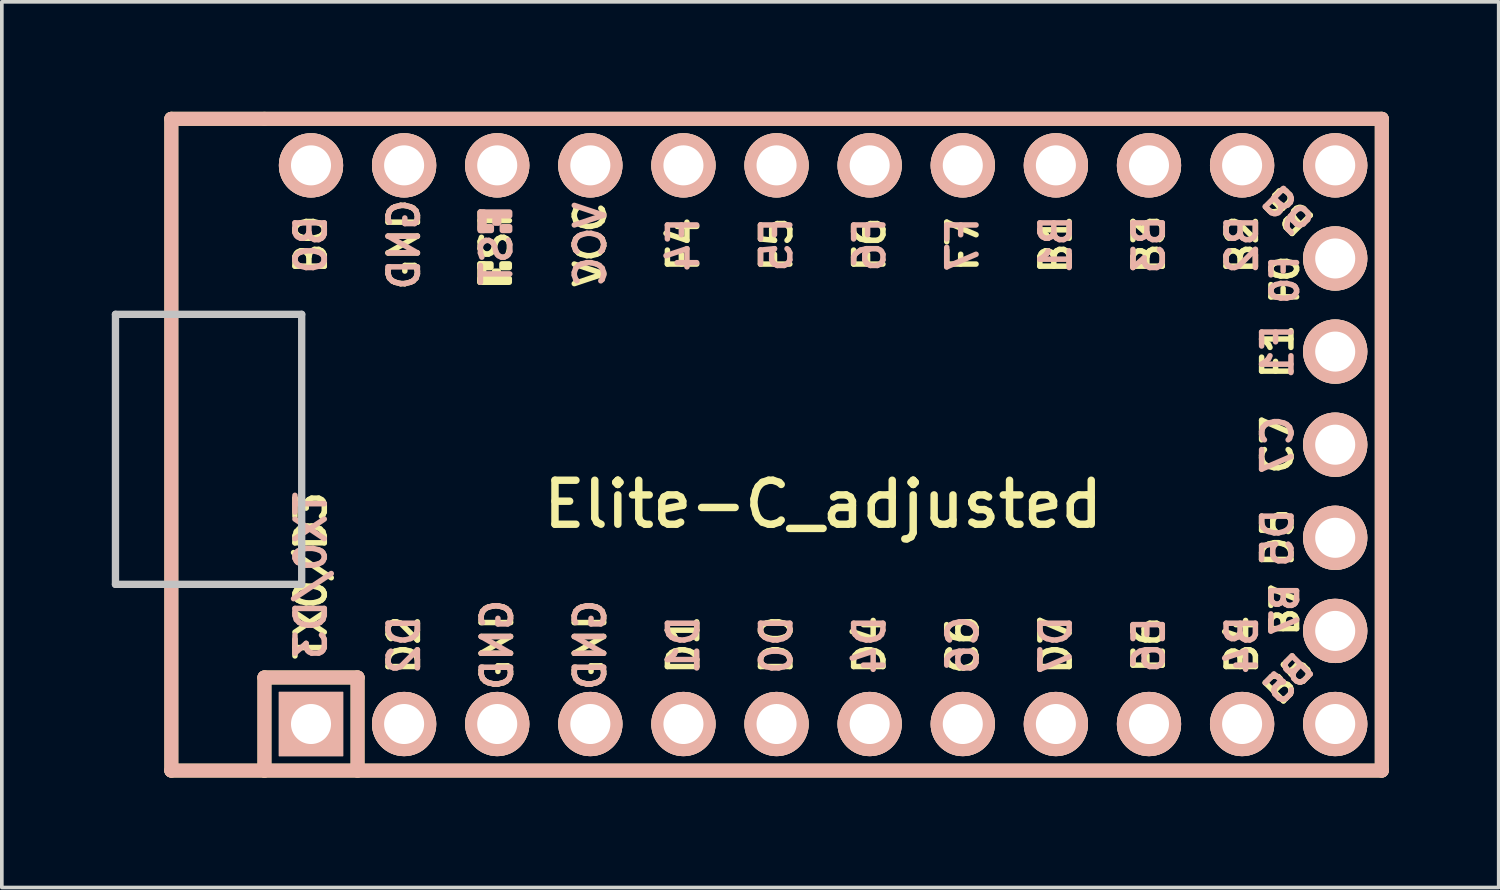
<source format=kicad_pcb>
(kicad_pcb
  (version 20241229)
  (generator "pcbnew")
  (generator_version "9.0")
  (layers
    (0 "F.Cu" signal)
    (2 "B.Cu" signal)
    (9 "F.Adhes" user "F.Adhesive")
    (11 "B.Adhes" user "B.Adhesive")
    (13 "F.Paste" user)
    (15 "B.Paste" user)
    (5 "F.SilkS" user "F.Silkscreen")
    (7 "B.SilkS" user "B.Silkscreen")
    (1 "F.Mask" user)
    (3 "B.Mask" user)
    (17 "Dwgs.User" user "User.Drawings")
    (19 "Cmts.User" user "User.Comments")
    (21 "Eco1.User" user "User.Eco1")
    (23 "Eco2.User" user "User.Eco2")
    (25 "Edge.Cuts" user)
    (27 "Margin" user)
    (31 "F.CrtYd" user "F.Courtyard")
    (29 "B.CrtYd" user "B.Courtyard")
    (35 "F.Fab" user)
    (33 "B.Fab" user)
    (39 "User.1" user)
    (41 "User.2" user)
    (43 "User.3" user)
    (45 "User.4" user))
  (footprint "Elite-C_adjusted"
    (layer "F.Cu")
    (at 19.404 9.081)
    (property "Reference" "Elite-C_adjusted" (at 0 1.625 0) (layer "F.SilkS") (effects (font (size 1.2 1.2) (thickness 0.203))))
    (attr through_hole)
    (fp_line (start -17.78 -8.89) (end -17.78 8.89) (stroke (width 0.381) (type solid)) (layer "F.SilkS"))
    (fp_line (start -17.78 8.89) (end -15.24 8.89) (stroke (width 0.381) (type solid)) (layer "F.SilkS"))
    (fp_line (start -15.24 -8.89) (end -17.78 -8.89) (stroke (width 0.381) (type solid)) (layer "F.SilkS"))
    (fp_line (start -15.24 6.35) (end -15.24 8.89) (stroke (width 0.381) (type solid)) (layer "F.SilkS"))
    (fp_line (start -15.24 6.35) (end -12.7 6.35) (stroke (width 0.381) (type solid)) (layer "F.SilkS"))
    (fp_line (start -15.24 8.89) (end 15.24 8.89) (stroke (width 0.381) (type solid)) (layer "F.SilkS"))
    (fp_line (start -12.7 6.35) (end -12.7 8.89) (stroke (width 0.381) (type solid)) (layer "F.SilkS"))
    (fp_line (start 15.24 -8.89) (end -15.24 -8.89) (stroke (width 0.381) (type solid)) (layer "F.SilkS"))
    (fp_line (start 15.24 8.89) (end 15.24 -8.89) (stroke (width 0.381) (type solid)) (layer "F.SilkS"))
    (fp_poly (pts (xy -9.361 -4.932) (xy -9.261 -4.932) (xy -9.261 -4.432) (xy -9.361 -4.432)) (stroke (width 0.15) (type solid)) (fill yes) (layer "F.SilkS"))
    (fp_poly (pts (xy -9.361 -4.932) (xy -9.061 -4.932) (xy -9.061 -4.832) (xy -9.361 -4.832)) (stroke (width 0.15) (type solid)) (fill yes) (layer "F.SilkS"))
    (fp_poly (pts (xy -9.361 -4.532) (xy -8.561 -4.532) (xy -8.561 -4.432) (xy -9.361 -4.432)) (stroke (width 0.15) (type solid)) (fill yes) (layer "F.SilkS"))
    (fp_poly (pts (xy -8.961 -4.732) (xy -8.861 -4.732) (xy -8.861 -4.632) (xy -8.961 -4.632)) (stroke (width 0.15) (type solid)) (fill yes) (layer "F.SilkS"))
    (fp_poly (pts (xy -8.761 -4.932) (xy -8.561 -4.932) (xy -8.561 -4.832) (xy -8.761 -4.832)) (stroke (width 0.15) (type solid)) (fill yes) (layer "F.SilkS"))
    (fp_line (start -17.78 -8.89) (end -17.78 8.89) (stroke (width 0.381) (type solid)) (layer "B.SilkS"))
    (fp_line (start -17.78 8.89) (end 15.24 8.89) (stroke (width 0.381) (type solid)) (layer "B.SilkS"))
    (fp_line (start -15.24 6.35) (end -15.24 8.89) (stroke (width 0.381) (type solid)) (layer "B.SilkS"))
    (fp_line (start -15.24 6.35) (end -12.7 6.35) (stroke (width 0.381) (type solid)) (layer "B.SilkS"))
    (fp_line (start -12.7 6.35) (end -12.7 8.89) (stroke (width 0.381) (type solid)) (layer "B.SilkS"))
    (fp_line (start 15.24 -8.89) (end -17.78 -8.89) (stroke (width 0.381) (type solid)) (layer "B.SilkS"))
    (fp_line (start 15.24 8.89) (end 15.24 -8.89) (stroke (width 0.381) (type solid)) (layer "B.SilkS"))
    (fp_poly (pts (xy -9.351 -6.245) (xy -8.551 -6.245) (xy -8.551 -6.345) (xy -9.351 -6.345)) (stroke (width 0.15) (type solid)) (fill yes) (layer "B.SilkS"))
    (fp_poly (pts (xy -9.351 -5.845) (xy -9.251 -5.845) (xy -9.251 -6.345) (xy -9.351 -6.345)) (stroke (width 0.15) (type solid)) (fill yes) (layer "B.SilkS"))
    (fp_poly (pts (xy -9.351 -5.845) (xy -9.051 -5.845) (xy -9.051 -5.945) (xy -9.351 -5.945)) (stroke (width 0.15) (type solid)) (fill yes) (layer "B.SilkS"))
    (fp_poly (pts (xy -8.951 -6.045) (xy -8.851 -6.045) (xy -8.851 -6.145) (xy -8.951 -6.145)) (stroke (width 0.15) (type solid)) (fill yes) (layer "B.SilkS"))
    (fp_poly (pts (xy -8.751 -5.845) (xy -8.551 -5.845) (xy -8.551 -5.945) (xy -8.751 -5.945)) (stroke (width 0.15) (type solid)) (fill yes) (layer "B.SilkS"))
    (fp_line (start -19.304 -3.556) (end -14.224 -3.556) (stroke (width 0.2) (type solid)) (layer "Dwgs.User"))
    (fp_line (start -19.304 3.81) (end -19.304 -3.556) (stroke (width 0.2) (type solid)) (layer "Dwgs.User"))
    (fp_line (start -14.224 -3.556) (end -14.224 3.81) (stroke (width 0.2) (type solid)) (layer "Dwgs.User"))
    (fp_line (start -14.224 3.81) (end -19.304 3.81) (stroke (width 0.2) (type solid)) (layer "Dwgs.User"))
    (fp_text user "B5" (at 12.7 6.4 45) (layer "F.SilkS") (effects (font (size 0.7 0.7) (thickness 0.15))))
    (fp_text user "B4" (at 11.43 5.461 90) (layer "F.SilkS") (effects (font (size 0.8 0.8) (thickness 0.15))))
    (fp_text user "ST" (at -8.92 -5.733 90) (layer "F.SilkS") (effects (font (size 0.8 0.8) (thickness 0.15))))
    (fp_text user "GND" (at -6.35 5.461 90) (layer "F.SilkS") (effects (font (size 0.8 0.8) (thickness 0.15))))
    (fp_text user "D7" (at 6.35 5.461 90) (layer "F.SilkS") (effects (font (size 0.8 0.8) (thickness 0.15))))
    (fp_text user "B7" (at 12.6 4.5 90) (layer "F.SilkS") (effects (font (size 0.7 0.7) (thickness 0.15))))
    (fp_text user "F5" (at -1.27 -5.461 90) (layer "F.SilkS") (effects (font (size 0.8 0.8) (thickness 0.15))))
    (fp_text user "C7" (at 12.4 0 90) (layer "F.SilkS") (effects (font (size 0.8 0.8) (thickness 0.15))))
    (fp_text user "D2" (at -11.43 5.461 90) (layer "F.SilkS") (effects (font (size 0.8 0.8) (thickness 0.15))))
    (fp_text user "TX0/D3" (at -13.97 3.572 90) (layer "F.SilkS") (effects (font (size 0.8 0.8) (thickness 0.15))))
    (fp_text user "F7" (at 3.81 -5.461 90) (layer "F.SilkS") (effects (font (size 0.8 0.8) (thickness 0.15))))
    (fp_text user "D1" (at -3.81 5.461 90) (layer "F.SilkS") (effects (font (size 0.8 0.8) (thickness 0.15))))
    (fp_text user "C6" (at 3.81 5.461 90) (layer "F.SilkS") (effects (font (size 0.8 0.8) (thickness 0.15))))
    (fp_text user "F1" (at 12.4 -2.54 90) (layer "F.SilkS") (effects (font (size 0.8 0.8) (thickness 0.15))))
    (fp_text user "F4" (at -3.81 -5.461 90) (layer "F.SilkS") (effects (font (size 0.8 0.8) (thickness 0.15))))
    (fp_text user "E6" (at 8.89 5.461 90) (layer "F.SilkS") (effects (font (size 0.8 0.8) (thickness 0.15))))
    (fp_text user "B1" (at 6.35 -5.461 90) (layer "F.SilkS") (effects (font (size 0.8 0.8) (thickness 0.15))))
    (fp_text user "B6" (at 12.7 -6.4 135) (unlocked yes) (layer "F.SilkS") (effects (font (size 0.7 0.7) (thickness 0.15))))
    (fp_text user "F0" (at 12.6 -4.5 90) (layer "F.SilkS") (effects (font (size 0.7 0.7) (thickness 0.15))))
    (fp_text user "D0" (at -1.27 5.461 90) (layer "F.SilkS") (effects (font (size 0.8 0.8) (thickness 0.15))))
    (fp_text user "B3" (at 8.89 -5.461 90) (layer "F.SilkS") (effects (font (size 0.8 0.8) (thickness 0.15))))
    (fp_text user "D4" (at 1.27 5.461 90) (layer "F.SilkS") (effects (font (size 0.8 0.8) (thickness 0.15))))
    (fp_text user "F6" (at 1.27 -5.461 90) (layer "F.SilkS") (effects (font (size 0.8 0.8) (thickness 0.15))))
    (fp_text user "D5" (at 12.4 2.54 90) (layer "F.SilkS") (effects (font (size 0.8 0.8) (thickness 0.15))))
    (fp_text user "B0" (at -13.97 -5.461 90) (layer "F.SilkS") (effects (font (size 0.8 0.8) (thickness 0.15))))
    (fp_text user "B2" (at 11.43 -5.461 90) (layer "F.SilkS") (effects (font (size 0.8 0.8) (thickness 0.15))))
    (fp_text user "GND" (at -11.43 -5.461 90) (layer "F.SilkS") (effects (font (size 0.8 0.8) (thickness 0.15))))
    (fp_text user "GND" (at -8.89 5.461 90) (layer "F.SilkS") (effects (font (size 0.8 0.8) (thickness 0.15))))
    (fp_text user "VCC" (at -6.35 -5.461 90) (layer "F.SilkS") (effects (font (size 0.8 0.8) (thickness 0.15))))
    (fp_text user "B0" (at -13.97 -5.461 90) (layer "B.SilkS") (effects (font (size 0.8 0.8) (thickness 0.15)) (justify mirror)))
    (fp_text user "F0" (at 12.6 -4.5 90) (layer "B.SilkS") (effects (font (size 0.7 0.7) (thickness 0.15)) (justify mirror)))
    (fp_text user "D7" (at 6.35 5.461 90) (layer "B.SilkS") (effects (font (size 0.8 0.8) (thickness 0.15)) (justify mirror)))
    (fp_text user "F4" (at -3.81 -5.461 90) (layer "B.SilkS") (effects (font (size 0.8 0.8) (thickness 0.15)) (justify mirror)))
    (fp_text user "F1" (at 12.4 -2.54 90) (layer "B.SilkS") (effects (font (size 0.8 0.8) (thickness 0.15)) (justify mirror)))
    (fp_text user "GND" (at -8.89 5.461 90) (layer "B.SilkS") (effects (font (size 0.8 0.8) (thickness 0.15)) (justify mirror)))
    (fp_text user "GND" (at -6.35 5.461 90) (layer "B.SilkS") (effects (font (size 0.8 0.8) (thickness 0.15)) (justify mirror)))
    (fp_text user "E6" (at 8.89 5.461 90) (layer "B.SilkS") (effects (font (size 0.8 0.8) (thickness 0.15)) (justify mirror)))
    (fp_text user "B7" (at 12.6 4.5 90) (layer "B.SilkS") (effects (font (size 0.7 0.7) (thickness 0.15)) (justify mirror)))
    (fp_text user "D1" (at -3.81 5.461 90) (layer "B.SilkS") (effects (font (size 0.8 0.8) (thickness 0.15)) (justify mirror)))
    (fp_text user "F6" (at 1.27 -5.461 90) (layer "B.SilkS") (effects (font (size 0.8 0.8) (thickness 0.15)) (justify mirror)))
    (fp_text user "C6" (at 3.81 5.461 90) (layer "B.SilkS") (effects (font (size 0.8 0.8) (thickness 0.15)) (justify mirror)))
    (fp_text user "D0" (at -1.27 5.461 90) (layer "B.SilkS") (effects (font (size 0.8 0.8) (thickness 0.15)) (justify mirror)))
    (fp_text user "C7" (at 12.4 0 90) (layer "B.SilkS") (effects (font (size 0.8 0.8) (thickness 0.15)) (justify mirror)))
    (fp_text user "B2" (at 11.43 -5.461 90) (layer "B.SilkS") (effects (font (size 0.8 0.8) (thickness 0.15)) (justify mirror)))
    (fp_text user "B4" (at 11.43 5.461 90) (layer "B.SilkS") (effects (font (size 0.8 0.8) (thickness 0.15)) (justify mirror)))
    (fp_text user "B3" (at 8.89 -5.461 90) (layer "B.SilkS") (effects (font (size 0.8 0.8) (thickness 0.15)) (justify mirror)))
    (fp_text user "ST" (at -8.91 -5.04 90) (layer "B.SilkS") (effects (font (size 0.8 0.8) (thickness 0.15)) (justify mirror)))
    (fp_text user "D5" (at 12.4 2.54 90) (layer "B.SilkS") (effects (font (size 0.8 0.8) (thickness 0.15)) (justify mirror)))
    (fp_text user "D4" (at 1.27 5.461 90) (layer "B.SilkS") (effects (font (size 0.8 0.8) (thickness 0.15)) (justify mirror)))
    (fp_text user "B1" (at 6.35 -5.461 90) (layer "B.SilkS") (effects (font (size 0.8 0.8) (thickness 0.15)) (justify mirror)))
    (fp_text user "TX0/D3" (at -13.97 3.572 90) (layer "B.SilkS") (effects (font (size 0.8 0.8) (thickness 0.15)) (justify mirror)))
    (fp_text user "GND" (at -11.43 -5.461 90) (layer "B.SilkS") (effects (font (size 0.8 0.8) (thickness 0.15)) (justify mirror)))
    (fp_text user "D2" (at -11.43 5.461 90) (layer "B.SilkS") (effects (font (size 0.8 0.8) (thickness 0.15)) (justify mirror)))
    (fp_text user "B5" (at 12.7 6.4 45) (layer "B.SilkS") (effects (font (size 0.7 0.7) (thickness 0.15)) (justify mirror)))
    (fp_text user "B6" (at 12.7 -6.4 135) (unlocked yes) (layer "B.SilkS") (effects (font (size 0.7 0.7) (thickness 0.15)) (justify mirror)))
    (fp_text user "F7" (at 3.81 -5.461 90) (layer "B.SilkS") (effects (font (size 0.8 0.8) (thickness 0.15)) (justify mirror)))
    (fp_text user "F5" (at -1.27 -5.461 90) (layer "B.SilkS") (effects (font (size 0.8 0.8) (thickness 0.15)) (justify mirror)))
    (fp_text user "VCC" (at -6.35 -5.461 90) (layer "B.SilkS") (effects (font (size 0.8 0.8) (thickness 0.15)) (justify mirror)))
    (pad "1" thru_hole rect (at -13.97 7.62) (size 1.753 1.753) (drill 1.092) (layers "*.Cu" "*.SilkS" "*.Mask"))
    (pad "2" thru_hole circle (at -11.43 7.62) (size 1.753 1.753) (drill 1.092) (layers "*.Cu" "*.SilkS" "*.Mask"))
    (pad "3" thru_hole circle (at -8.89 7.62) (size 1.753 1.753) (drill 1.092) (layers "*.Cu" "*.SilkS" "*.Mask"))
    (pad "4" thru_hole circle (at -6.35 7.62) (size 1.753 1.753) (drill 1.092) (layers "*.Cu" "*.SilkS" "*.Mask"))
    (pad "5" thru_hole circle (at -3.81 7.62) (size 1.753 1.753) (drill 1.092) (layers "*.Cu" "*.SilkS" "*.Mask"))
    (pad "6" thru_hole circle (at -1.27 7.62) (size 1.753 1.753) (drill 1.092) (layers "*.Cu" "*.SilkS" "*.Mask"))
    (pad "7" thru_hole circle (at 1.27 7.62) (size 1.753 1.753) (drill 1.092) (layers "*.Cu" "*.SilkS" "*.Mask"))
    (pad "8" thru_hole circle (at 3.81 7.62) (size 1.753 1.753) (drill 1.092) (layers "*.Cu" "*.SilkS" "*.Mask"))
    (pad "9" thru_hole circle (at 6.35 7.62) (size 1.753 1.753) (drill 1.092) (layers "*.Cu" "*.SilkS" "*.Mask"))
    (pad "10" thru_hole circle (at 8.89 7.62) (size 1.753 1.753) (drill 1.092) (layers "*.Cu" "*.SilkS" "*.Mask"))
    (pad "11" thru_hole circle (at 11.43 7.62) (size 1.753 1.753) (drill 1.092) (layers "*.Cu" "*.SilkS" "*.Mask"))
    (pad "12" thru_hole circle (at 13.97 7.62) (size 1.753 1.753) (drill 1.092) (layers "*.Cu" "*.SilkS" "*.Mask"))
    (pad "13" thru_hole circle (at 13.97 -7.62) (size 1.753 1.753) (drill 1.092) (layers "*.Cu" "*.SilkS" "*.Mask"))
    (pad "14" thru_hole circle (at 11.43 -7.62) (size 1.753 1.753) (drill 1.092) (layers "*.Cu" "*.SilkS" "*.Mask"))
    (pad "15" thru_hole circle (at 8.89 -7.62) (size 1.753 1.753) (drill 1.092) (layers "*.Cu" "*.SilkS" "*.Mask"))
    (pad "16" thru_hole circle (at 6.35 -7.62) (size 1.753 1.753) (drill 1.092) (layers "*.Cu" "*.SilkS" "*.Mask"))
    (pad "17" thru_hole circle (at 3.81 -7.62) (size 1.753 1.753) (drill 1.092) (layers "*.Cu" "*.SilkS" "*.Mask"))
    (pad "18" thru_hole circle (at 1.27 -7.62) (size 1.753 1.753) (drill 1.092) (layers "*.Cu" "*.SilkS" "*.Mask"))
    (pad "19" thru_hole circle (at -1.27 -7.62) (size 1.753 1.753) (drill 1.092) (layers "*.Cu" "*.SilkS" "*.Mask"))
    (pad "20" thru_hole circle (at -3.81 -7.62) (size 1.753 1.753) (drill 1.092) (layers "*.Cu" "*.SilkS" "*.Mask"))
    (pad "21" thru_hole circle (at -6.35 -7.62) (size 1.753 1.753) (drill 1.092) (layers "*.Cu" "*.SilkS" "*.Mask"))
    (pad "22" thru_hole circle (at -8.89 -7.62) (size 1.753 1.753) (drill 1.092) (layers "*.Cu" "*.SilkS" "*.Mask"))
    (pad "23" thru_hole circle (at -11.43 -7.62) (size 1.753 1.753) (drill 1.092) (layers "*.Cu" "*.SilkS" "*.Mask"))
    (pad "24" thru_hole circle (at -13.97 -7.62) (size 1.753 1.753) (drill 1.092) (layers "*.Cu" "*.SilkS" "*.Mask"))
    (pad "25" thru_hole circle (at 13.97 5.08) (size 1.753 1.753) (drill 1.092) (layers "*.Cu" "*.SilkS" "*.Mask"))
    (pad "26" thru_hole circle (at 13.97 2.54) (size 1.753 1.753) (drill 1.092) (layers "*.Cu" "*.SilkS" "*.Mask"))
    (pad "27" thru_hole circle (at 13.97 0) (size 1.753 1.753) (drill 1.092) (layers "*.Cu" "*.SilkS" "*.Mask"))
    (pad "28" thru_hole circle (at 13.97 -2.54) (size 1.753 1.753) (drill 1.092) (layers "*.Cu" "*.SilkS" "*.Mask"))
    (pad "29" thru_hole circle (at 13.97 -5.08) (size 1.753 1.753) (drill 1.092) (layers "*.Cu" "*.SilkS" "*.Mask")))
  (gr_rect
    (start -3 -3)
    (end 37.834 21.161)
    (stroke (width 0.1) (type default))
    (fill no)
    (layer "Edge.Cuts")))
</source>
